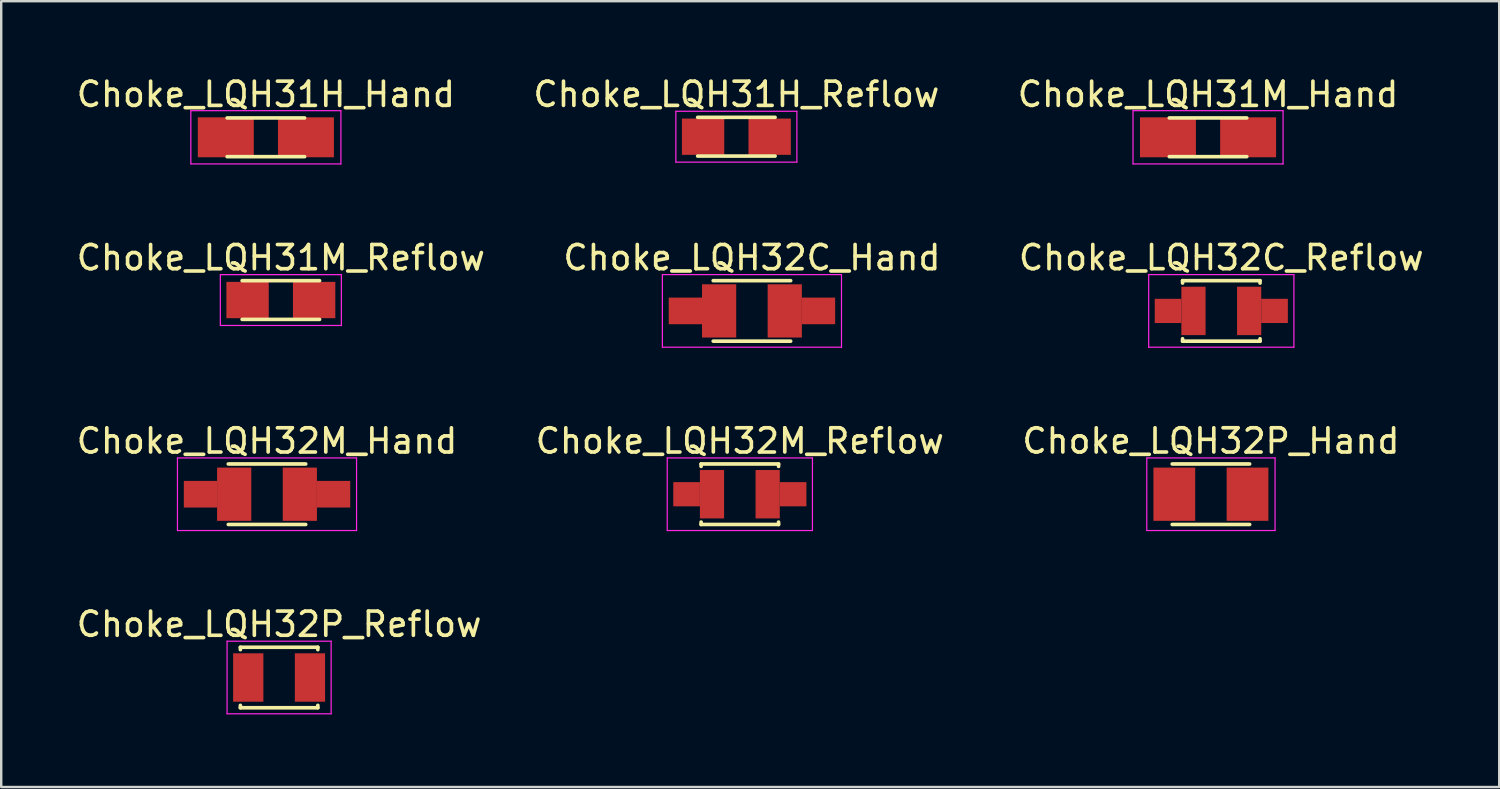
<source format=kicad_pcb>
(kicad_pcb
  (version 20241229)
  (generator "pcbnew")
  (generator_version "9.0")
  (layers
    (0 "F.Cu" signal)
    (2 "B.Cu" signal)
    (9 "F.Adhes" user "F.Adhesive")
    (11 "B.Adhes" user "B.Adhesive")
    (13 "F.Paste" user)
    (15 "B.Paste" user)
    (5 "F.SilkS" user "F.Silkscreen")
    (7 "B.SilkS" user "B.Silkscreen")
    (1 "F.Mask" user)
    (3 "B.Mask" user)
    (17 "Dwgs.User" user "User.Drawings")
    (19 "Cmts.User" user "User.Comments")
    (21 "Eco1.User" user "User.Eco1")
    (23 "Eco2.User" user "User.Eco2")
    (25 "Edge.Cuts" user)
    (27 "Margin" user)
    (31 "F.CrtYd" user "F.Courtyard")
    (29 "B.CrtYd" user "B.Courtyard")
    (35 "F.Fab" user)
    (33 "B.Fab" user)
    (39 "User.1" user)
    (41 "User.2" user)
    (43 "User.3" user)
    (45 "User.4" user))
  (footprint "Choke_LQH31H_Hand"
    (layer "F.Cu")
    (at 7.935 2.623)
    (property "Reference" "Choke_LQH31H_Hand" (at 0 -1.775 0) (layer "F.SilkS") (effects (font (size 1 1) (thickness 0.15))))
    (attr smd)
    (fp_line (start -1.6 -0.8) (end 1.6 -0.8) (stroke (width 0.15) (type solid)) (layer "F.SilkS"))
    (fp_line (start -1.6 0.8) (end 1.6 0.8) (stroke (width 0.15) (type solid)) (layer "F.SilkS"))
    (fp_line (start -3.1 -1.1) (end -3.1 1.1) (stroke (width 0.05) (type solid)) (layer "F.CrtYd"))
    (fp_line (start -3.1 -1.1) (end 3.1 -1.1) (stroke (width 0.05) (type solid)) (layer "F.CrtYd"))
    (fp_line (start -3.1 1.1) (end 3.1 1.1) (stroke (width 0.05) (type solid)) (layer "F.CrtYd"))
    (fp_line (start 3.1 -1.1) (end 3.1 1.1) (stroke (width 0.05) (type solid)) (layer "F.CrtYd"))
    (pad "1" smd rect (at -1.656 0) (size 2.312 1.65) (layers "F.Cu" "F.Mask" "F.Paste"))
    (pad "2" smd rect (at 1.656 0) (size 2.312 1.65) (layers "F.Cu" "F.Mask" "F.Paste")))
  (footprint "Choke_LQH32P_Hand"
    (layer "F.Cu")
    (at 46.982 17.37)
    (property "Reference" "Choke_LQH32P_Hand" (at 0 -2.2 0) (layer "F.SilkS") (effects (font (size 1 1) (thickness 0.15))))
    (attr smd)
    (fp_line (start -1.6 -1.25) (end 1.6 -1.25) (stroke (width 0.15) (type solid)) (layer "F.SilkS"))
    (fp_line (start -1.6 1.25) (end 1.6 1.25) (stroke (width 0.15) (type solid)) (layer "F.SilkS"))
    (fp_line (start -2.65 -1.5) (end -2.65 1.5) (stroke (width 0.05) (type solid)) (layer "F.CrtYd"))
    (fp_line (start -2.65 -1.5) (end 2.65 -1.5) (stroke (width 0.05) (type solid)) (layer "F.CrtYd"))
    (fp_line (start -2.65 1.5) (end 2.65 1.5) (stroke (width 0.05) (type solid)) (layer "F.CrtYd"))
    (fp_line (start 2.65 -1.5) (end 2.65 1.5) (stroke (width 0.05) (type solid)) (layer "F.CrtYd"))
    (pad "1" smd rect (at -1.512 0) (size 1.725 2.2) (layers "F.Cu" "F.Mask" "F.Paste"))
    (pad "2" smd rect (at 1.512 0) (size 1.725 2.2) (layers "F.Cu" "F.Mask" "F.Paste")))
  (footprint "Choke_LQH32C_Reflow"
    (layer "F.Cu")
    (at 47.411 9.796)
    (property "Reference" "Choke_LQH32C_Reflow" (at 0 -2.2 0) (layer "F.SilkS") (effects (font (size 1 1) (thickness 0.15))))
    (attr smd)
    (fp_line (start -1.6 -1.25) (end -1.6 -1.15) (stroke (width 0.15) (type solid)) (layer "F.SilkS"))
    (fp_line (start -1.6 -1.25) (end 1.6 -1.25) (stroke (width 0.15) (type solid)) (layer "F.SilkS"))
    (fp_line (start -1.6 1.15) (end -1.6 1.25) (stroke (width 0.15) (type solid)) (layer "F.SilkS"))
    (fp_line (start -1.6 1.25) (end 1.6 1.25) (stroke (width 0.15) (type solid)) (layer "F.SilkS"))
    (fp_line (start 1.6 -1.25) (end 1.6 -1.15) (stroke (width 0.15) (type solid)) (layer "F.SilkS"))
    (fp_line (start 1.6 1.15) (end 1.6 1.25) (stroke (width 0.15) (type solid)) (layer "F.SilkS"))
    (fp_line (start -3 -1.5) (end -3 1.5) (stroke (width 0.05) (type solid)) (layer "F.CrtYd"))
    (fp_line (start -3 -1.5) (end 3 -1.5) (stroke (width 0.05) (type solid)) (layer "F.CrtYd"))
    (fp_line (start -3 1.5) (end 3 1.5) (stroke (width 0.05) (type solid)) (layer "F.CrtYd"))
    (fp_line (start 3 -1.5) (end 3 1.5) (stroke (width 0.05) (type solid)) (layer "F.CrtYd"))
    (pad "1" smd rect (at -2.2 0) (size 1.1 1) (layers "F.Cu" "F.Mask" "F.Paste"))
    (pad "1" smd rect (at -1.15 0) (size 1 2) (layers "F.Cu" "F.Mask" "F.Paste"))
    (pad "2" smd rect (at 1.15 0) (size 1 2) (layers "F.Cu" "F.Mask" "F.Paste"))
    (pad "2" smd rect (at 2.2 0) (size 1.1 1) (layers "F.Cu" "F.Mask" "F.Paste")))
  (footprint "Choke_LQH31M_Hand"
    (layer "F.Cu")
    (at 46.863 2.623)
    (property "Reference" "Choke_LQH31M_Hand" (at 0 -1.775 0) (layer "F.SilkS") (effects (font (size 1 1) (thickness 0.15))))
    (attr smd)
    (fp_line (start -1.6 -0.8) (end 1.6 -0.8) (stroke (width 0.15) (type solid)) (layer "F.SilkS"))
    (fp_line (start -1.6 0.8) (end 1.6 0.8) (stroke (width 0.15) (type solid)) (layer "F.SilkS"))
    (fp_line (start -3.1 -1.1) (end -3.1 1.1) (stroke (width 0.05) (type solid)) (layer "F.CrtYd"))
    (fp_line (start -3.1 -1.1) (end 3.1 -1.1) (stroke (width 0.05) (type solid)) (layer "F.CrtYd"))
    (fp_line (start -3.1 1.1) (end 3.1 1.1) (stroke (width 0.05) (type solid)) (layer "F.CrtYd"))
    (fp_line (start 3.1 -1.1) (end 3.1 1.1) (stroke (width 0.05) (type solid)) (layer "F.CrtYd"))
    (pad "1" smd rect (at -1.656 0) (size 2.312 1.65) (layers "F.Cu" "F.Mask" "F.Paste"))
    (pad "2" smd rect (at 1.656 0) (size 2.312 1.65) (layers "F.Cu" "F.Mask" "F.Paste")))
  (footprint "Choke_LQH31H_Reflow"
    (layer "F.Cu")
    (at 27.375 2.598)
    (property "Reference" "Choke_LQH31H_Reflow" (at 0 -1.75 0) (layer "F.SilkS") (effects (font (size 1 1) (thickness 0.15))))
    (attr smd)
    (fp_line (start -1.6 -0.8) (end 1.6 -0.8) (stroke (width 0.15) (type solid)) (layer "F.SilkS"))
    (fp_line (start -1.6 0.8) (end 1.6 0.8) (stroke (width 0.15) (type solid)) (layer "F.SilkS"))
    (fp_line (start -2.5 -1.05) (end -2.5 1.05) (stroke (width 0.05) (type solid)) (layer "F.CrtYd"))
    (fp_line (start -2.5 -1.05) (end 2.5 -1.05) (stroke (width 0.05) (type solid)) (layer "F.CrtYd"))
    (fp_line (start -2.5 1.05) (end 2.5 1.05) (stroke (width 0.05) (type solid)) (layer "F.CrtYd"))
    (fp_line (start 2.5 -1.05) (end 2.5 1.05) (stroke (width 0.05) (type solid)) (layer "F.CrtYd"))
    (pad "1" smd rect (at -1.375 0) (size 1.75 1.5) (layers "F.Cu" "F.Mask" "F.Paste"))
    (pad "2" smd rect (at 1.375 0) (size 1.75 1.5) (layers "F.Cu" "F.Mask" "F.Paste")))
  (footprint "Choke_LQH32M_Hand"
    (layer "F.Cu")
    (at 7.982 17.37)
    (property "Reference" "Choke_LQH32M_Hand" (at 0 -2.2 0) (layer "F.SilkS") (effects (font (size 1 1) (thickness 0.15))))
    (attr smd)
    (fp_line (start -1.6 -1.25) (end 1.6 -1.25) (stroke (width 0.15) (type solid)) (layer "F.SilkS"))
    (fp_line (start -1.6 1.25) (end 1.6 1.25) (stroke (width 0.15) (type solid)) (layer "F.SilkS"))
    (fp_line (start -3.7 -1.5) (end -3.7 1.5) (stroke (width 0.05) (type solid)) (layer "F.CrtYd"))
    (fp_line (start -3.7 -1.5) (end 3.7 -1.5) (stroke (width 0.05) (type solid)) (layer "F.CrtYd"))
    (fp_line (start -3.7 1.5) (end 3.7 1.5) (stroke (width 0.05) (type solid)) (layer "F.CrtYd"))
    (fp_line (start 3.7 -1.5) (end 3.7 1.5) (stroke (width 0.05) (type solid)) (layer "F.CrtYd"))
    (pad "1" smd rect (at -2.75 0) (size 1.375 1.1) (layers "F.Cu" "F.Mask" "F.Paste"))
    (pad "1" smd rect (at -1.356 0) (size 1.413 2.2) (layers "F.Cu" "F.Mask" "F.Paste"))
    (pad "2" smd rect (at 1.356 0) (size 1.413 2.2) (layers "F.Cu" "F.Mask" "F.Paste"))
    (pad "2" smd rect (at 2.75 0) (size 1.375 1.1) (layers "F.Cu" "F.Mask" "F.Paste")))
  (footprint "Choke_LQH32M_Reflow"
    (layer "F.Cu")
    (at 27.518 17.37)
    (property "Reference" "Choke_LQH32M_Reflow" (at 0 -2.2 0) (layer "F.SilkS") (effects (font (size 1 1) (thickness 0.15))))
    (attr smd)
    (fp_line (start -1.6 -1.25) (end -1.6 -1.15) (stroke (width 0.15) (type solid)) (layer "F.SilkS"))
    (fp_line (start -1.6 -1.25) (end 1.6 -1.25) (stroke (width 0.15) (type solid)) (layer "F.SilkS"))
    (fp_line (start -1.6 1.15) (end -1.6 1.25) (stroke (width 0.15) (type solid)) (layer "F.SilkS"))
    (fp_line (start -1.6 1.25) (end 1.6 1.25) (stroke (width 0.15) (type solid)) (layer "F.SilkS"))
    (fp_line (start 1.6 -1.25) (end 1.6 -1.15) (stroke (width 0.15) (type solid)) (layer "F.SilkS"))
    (fp_line (start 1.6 1.15) (end 1.6 1.25) (stroke (width 0.15) (type solid)) (layer "F.SilkS"))
    (fp_line (start -3 -1.5) (end -3 1.5) (stroke (width 0.05) (type solid)) (layer "F.CrtYd"))
    (fp_line (start -3 -1.5) (end 3 -1.5) (stroke (width 0.05) (type solid)) (layer "F.CrtYd"))
    (fp_line (start -3 1.5) (end 3 1.5) (stroke (width 0.05) (type solid)) (layer "F.CrtYd"))
    (fp_line (start 3 -1.5) (end 3 1.5) (stroke (width 0.05) (type solid)) (layer "F.CrtYd"))
    (pad "1" smd rect (at -2.2 0) (size 1.1 1) (layers "F.Cu" "F.Mask" "F.Paste"))
    (pad "1" smd rect (at -1.15 0) (size 1 2) (layers "F.Cu" "F.Mask" "F.Paste"))
    (pad "2" smd rect (at 1.15 0) (size 1 2) (layers "F.Cu" "F.Mask" "F.Paste"))
    (pad "2" smd rect (at 2.2 0) (size 1.1 1) (layers "F.Cu" "F.Mask" "F.Paste")))
  (footprint "Choke_LQH32C_Hand"
    (layer "F.Cu")
    (at 28.018 9.796)
    (property "Reference" "Choke_LQH32C_Hand" (at 0 -2.2 0) (layer "F.SilkS") (effects (font (size 1 1) (thickness 0.15))))
    (attr smd)
    (fp_line (start -1.6 -1.25) (end 1.6 -1.25) (stroke (width 0.15) (type solid)) (layer "F.SilkS"))
    (fp_line (start -1.6 1.25) (end 1.6 1.25) (stroke (width 0.15) (type solid)) (layer "F.SilkS"))
    (fp_line (start -3.7 -1.5) (end -3.7 1.5) (stroke (width 0.05) (type solid)) (layer "F.CrtYd"))
    (fp_line (start -3.7 -1.5) (end 3.7 -1.5) (stroke (width 0.05) (type solid)) (layer "F.CrtYd"))
    (fp_line (start -3.7 1.5) (end 3.7 1.5) (stroke (width 0.05) (type solid)) (layer "F.CrtYd"))
    (fp_line (start 3.7 -1.5) (end 3.7 1.5) (stroke (width 0.05) (type solid)) (layer "F.CrtYd"))
    (pad "1" smd rect (at -2.75 0) (size 1.375 1.1) (layers "F.Cu" "F.Mask" "F.Paste"))
    (pad "1" smd rect (at -1.356 0) (size 1.413 2.2) (layers "F.Cu" "F.Mask" "F.Paste"))
    (pad "2" smd rect (at 1.356 0) (size 1.413 2.2) (layers "F.Cu" "F.Mask" "F.Paste"))
    (pad "2" smd rect (at 2.75 0) (size 1.375 1.1) (layers "F.Cu" "F.Mask" "F.Paste")))
  (footprint "Choke_LQH32P_Reflow"
    (layer "F.Cu")
    (at 8.482 24.943)
    (property "Reference" "Choke_LQH32P_Reflow" (at 0 -2.2 0) (layer "F.SilkS") (effects (font (size 1 1) (thickness 0.15))))
    (attr smd)
    (fp_line (start -1.6 -1.25) (end -1.6 -1.15) (stroke (width 0.15) (type solid)) (layer "F.SilkS"))
    (fp_line (start -1.6 -1.25) (end 1.6 -1.25) (stroke (width 0.15) (type solid)) (layer "F.SilkS"))
    (fp_line (start -1.6 1.15) (end -1.6 1.25) (stroke (width 0.15) (type solid)) (layer "F.SilkS"))
    (fp_line (start -1.6 1.25) (end 1.6 1.25) (stroke (width 0.15) (type solid)) (layer "F.SilkS"))
    (fp_line (start 1.6 -1.25) (end 1.6 -1.15) (stroke (width 0.15) (type solid)) (layer "F.SilkS"))
    (fp_line (start 1.6 1.15) (end 1.6 1.25) (stroke (width 0.15) (type solid)) (layer "F.SilkS"))
    (fp_line (start -2.15 -1.5) (end -2.15 1.5) (stroke (width 0.05) (type solid)) (layer "F.CrtYd"))
    (fp_line (start -2.15 -1.5) (end 2.15 -1.5) (stroke (width 0.05) (type solid)) (layer "F.CrtYd"))
    (fp_line (start -2.15 1.5) (end 2.15 1.5) (stroke (width 0.05) (type solid)) (layer "F.CrtYd"))
    (fp_line (start 2.15 -1.5) (end 2.15 1.5) (stroke (width 0.05) (type solid)) (layer "F.CrtYd"))
    (pad "1" smd rect (at -1.275 0) (size 1.25 2) (layers "F.Cu" "F.Mask" "F.Paste"))
    (pad "2" smd rect (at 1.275 0) (size 1.25 2) (layers "F.Cu" "F.Mask" "F.Paste")))
  (footprint "Choke_LQH31M_Reflow"
    (layer "F.Cu")
    (at 8.554 9.347)
    (property "Reference" "Choke_LQH31M_Reflow" (at 0 -1.75 0) (layer "F.SilkS") (effects (font (size 1 1) (thickness 0.15))))
    (attr smd)
    (fp_line (start -1.6 -0.8) (end 1.6 -0.8) (stroke (width 0.15) (type solid)) (layer "F.SilkS"))
    (fp_line (start -1.6 0.8) (end 1.6 0.8) (stroke (width 0.15) (type solid)) (layer "F.SilkS"))
    (fp_line (start -2.5 -1.05) (end -2.5 1.05) (stroke (width 0.05) (type solid)) (layer "F.CrtYd"))
    (fp_line (start -2.5 -1.05) (end 2.5 -1.05) (stroke (width 0.05) (type solid)) (layer "F.CrtYd"))
    (fp_line (start -2.5 1.05) (end 2.5 1.05) (stroke (width 0.05) (type solid)) (layer "F.CrtYd"))
    (fp_line (start 2.5 -1.05) (end 2.5 1.05) (stroke (width 0.05) (type solid)) (layer "F.CrtYd"))
    (pad "1" smd rect (at -1.375 0) (size 1.75 1.5) (layers "F.Cu" "F.Mask" "F.Paste"))
    (pad "2" smd rect (at 1.375 0) (size 1.75 1.5) (layers "F.Cu" "F.Mask" "F.Paste")))
  (gr_rect
    (start -3 -3)
    (end 58.893 29.468)
    (stroke (width 0.1) (type default))
    (fill no)
    (layer "Edge.Cuts")))
</source>
